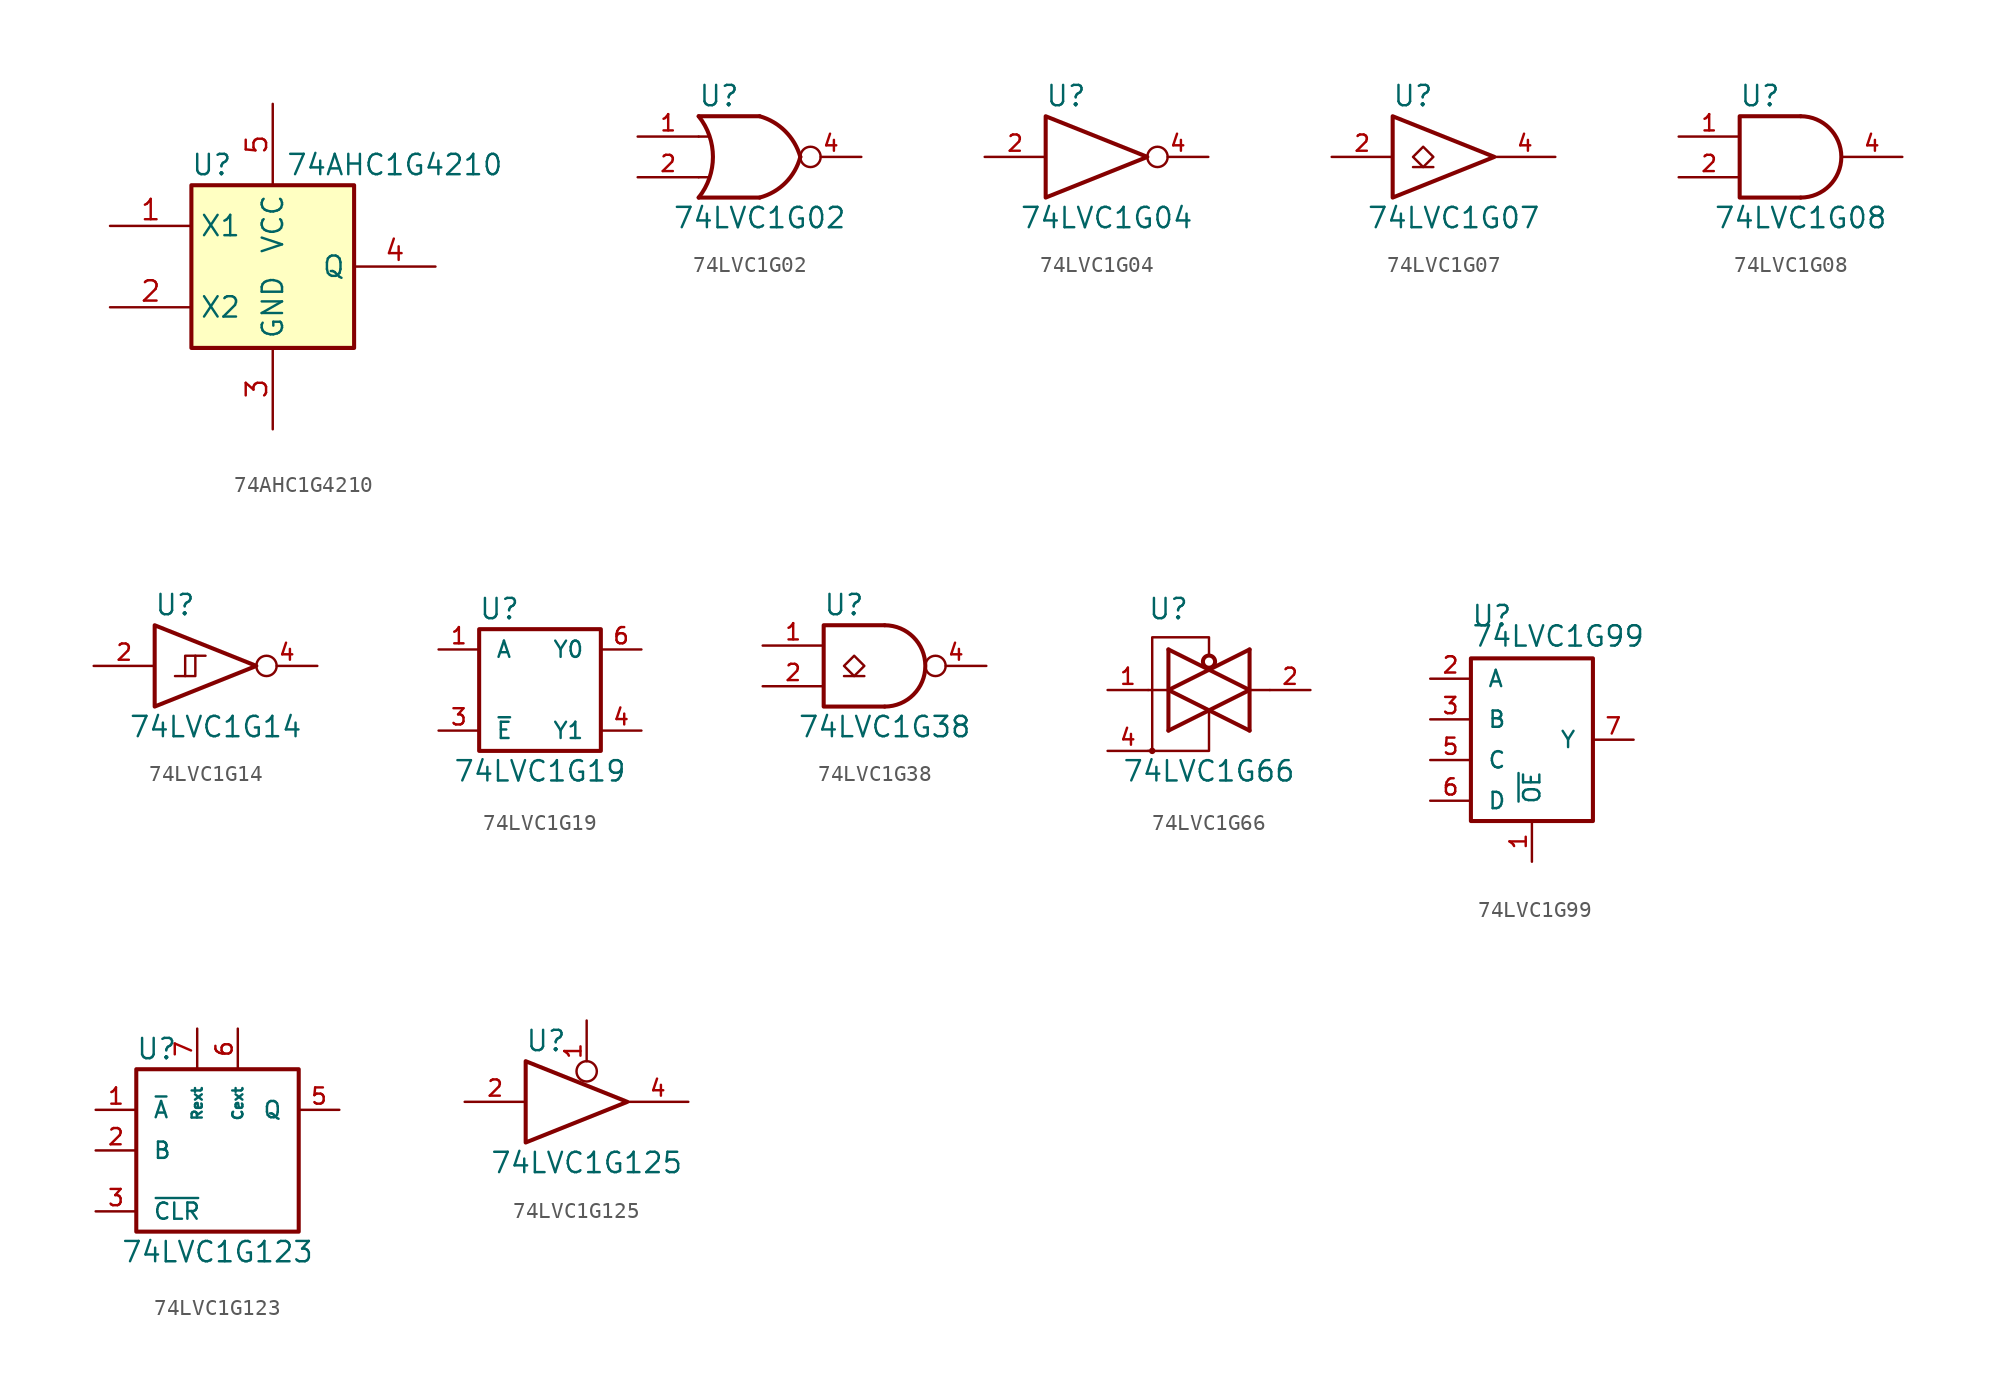
<source format=kicad_sym>
(kicad_symbol_lib
  (version 20201005)
  (generator kicad_symbol_editor)
  (symbol "74AHC1G4210"
    (property "Reference" "U"
      (at -3.81 6.35 0)
      (effects (font (size 1.27 1.27))))
    (property "Value" "74AHC1G4210"
      (at 7.62 6.35 0)
      (effects (font (size 1.27 1.27))))
    (symbol "74AHC1G4210_0_1"
      (rectangle (start -5.08 5.08) (end 5.08 -5.08) (stroke (width 0.254)) (fill (type background))))
    (symbol "74AHC1G4210_1_1"
      (pin input line (at -10.16 2.54 0) (length 5.08) (name "X1" (effects (font (size 1.27 1.27)))) (number "1" (effects (font (size 1.27 1.27)))))
      (pin input line (at -10.16 -2.54 0) (length 5.08) (name "X2" (effects (font (size 1.27 1.27)))) (number "2" (effects (font (size 1.27 1.27)))))
      (pin power_in line (at 0 -10.16 90) (length 5.08) (name "GND" (effects (font (size 1.27 1.27)))) (number "3" (effects (font (size 1.27 1.27)))))
      (pin output line (at 10.16 0 180) (length 5.08) (name "Q" (effects (font (size 1.27 1.27)))) (number "4" (effects (font (size 1.27 1.27)))))
      (pin power_in line (at 0 10.16 270) (length 5.08) (name "VCC" (effects (font (size 1.27 1.27)))) (number "5" (effects (font (size 1.27 1.27)))))))
  (symbol "74LVC1G02"
    (pin_names
      (offset 1.016))
    (property "Reference" "U"
      (at -2.54 3.81 0)
      (effects (font (size 1.27 1.27))))
    (property "Value" "74LVC1G02"
      (at 0 -3.81 0)
      (effects (font (size 1.27 1.27))))
    (symbol "74LVC1G02_0_1"
      (arc (start -3.81 2.54) (end -3.81 -2.54) (radius (at -6.985 0) (length 4.064) (angles 38.6 -38.6)) (stroke (width 0.254)) (fill (type none)))
      (arc (start 0 2.54) (end 2.54 0) (radius (at -0.9652 -0.9398) (length 3.6068) (angles 74.4 15)) (stroke (width 0.254)) (fill (type none)))
      (arc (start 0 -2.54) (end 2.54 0) (radius (at -0.9652 0.9398) (length 3.6068) (angles -74.4 -15)) (stroke (width 0.254)) (fill (type none)))
      (polyline (pts (xy -3.81 -1.27) (xy -3.175 -1.27)) (stroke (width 0)) (fill (type none)))
      (polyline (pts (xy -3.81 1.27) (xy -3.175 1.27)) (stroke (width 0)) (fill (type none)))
      (polyline (pts (xy 0 -2.54) (xy -3.81 -2.54)) (stroke (width 0.254)) (fill (type background)))
      (polyline (pts (xy 0 2.54) (xy -3.81 2.54)) (stroke (width 0.254)) (fill (type background))))
    (symbol "74LVC1G02_1_1"
      (pin input line (at -7.62 1.27 0) (length 3.81) (name "~" (effects (font (size 1.016 1.016)))) (number "1" (effects (font (size 1.016 1.016)))))
      (pin input line (at -7.62 -1.27 0) (length 3.81) (name "~" (effects (font (size 1.016 1.016)))) (number "2" (effects (font (size 1.016 1.016)))))
      (pin power_in line (at 0 -2.54 270) (length 0) hide (name "GND" (effects (font (size 1.016 1.016)))) (number "3" (effects (font (size 1.016 1.016)))))
      (pin output inverted (at 6.35 0 180) (length 3.81) (name "~" (effects (font (size 1.016 1.016)))) (number "4" (effects (font (size 1.016 1.016)))))
      (pin power_in line (at 0 2.54 90) (length 0) hide (name "VCC" (effects (font (size 1.016 1.016)))) (number "5" (effects (font (size 1.016 1.016)))))))
  (symbol "74LVC1G04"
    (pin_names
      (offset 1.016))
    (property "Reference" "U"
      (at -2.54 3.81 0)
      (effects (font (size 1.27 1.27))))
    (property "Value" "74LVC1G04"
      (at 0 -3.81 0)
      (effects (font (size 1.27 1.27))))
    (symbol "74LVC1G04_0_1"
      (polyline (pts (xy -3.81 2.54) (xy -3.81 -2.54) (xy 2.54 0) (xy -3.81 2.54)) (stroke (width 0.254)) (fill (type none))))
    (symbol "74LVC1G04_1_1"
      (pin input line (at -7.62 0 0) (length 3.81) (name "~" (effects (font (size 1.016 1.016)))) (number "2" (effects (font (size 1.016 1.016)))))
      (pin power_in line (at 0 -2.54 270) (length 0) hide (name "GND" (effects (font (size 1.016 1.016)))) (number "3" (effects (font (size 1.016 1.016)))))
      (pin output inverted (at 6.35 0 180) (length 3.81) (name "~" (effects (font (size 1.016 1.016)))) (number "4" (effects (font (size 1.016 1.016)))))
      (pin power_in line (at 0 2.54 90) (length 0) hide (name "VCC" (effects (font (size 1.016 1.016)))) (number "5" (effects (font (size 1.016 1.016)))))))
  (symbol "74LVC1G07"
    (pin_names
      (offset 1.016))
    (property "Reference" "U"
      (at -2.54 3.81 0)
      (effects (font (size 1.27 1.27))))
    (property "Value" "74LVC1G07"
      (at 0 -3.81 0)
      (effects (font (size 1.27 1.27))))
    (symbol "74LVC1G07_0_1"
      (polyline (pts (xy -2.54 -0.635) (xy -1.27 -0.635)) (stroke (width 0)) (fill (type none)))
      (polyline (pts (xy -3.81 2.54) (xy -3.81 -2.54) (xy 2.54 0) (xy -3.81 2.54)) (stroke (width 0.254)) (fill (type none)))
      (polyline (pts (xy -1.905 0.635) (xy -2.54 0) (xy -1.905 -0.635) (xy -1.27 0) (xy -1.905 0.635)) (stroke (width 0)) (fill (type none))))
    (symbol "74LVC1G07_1_1"
      (pin input line (at -7.62 0 0) (length 3.81) (name "~" (effects (font (size 1.016 1.016)))) (number "2" (effects (font (size 1.016 1.016)))))
      (pin power_in line (at 0 -2.54 270) (length 0) hide (name "GND" (effects (font (size 1.016 1.016)))) (number "3" (effects (font (size 1.016 1.016)))))
      (pin open_collector line (at 6.35 0 180) (length 3.81) (name "~" (effects (font (size 1.016 1.016)))) (number "4" (effects (font (size 1.016 1.016)))))
      (pin power_in line (at 0 2.54 90) (length 0) hide (name "VCC" (effects (font (size 1.016 1.016)))) (number "5" (effects (font (size 1.016 1.016)))))))
  (symbol "74LVC1G08"
    (pin_names
      (offset 1.016))
    (property "Reference" "U"
      (at -2.54 3.81 0)
      (effects (font (size 1.27 1.27))))
    (property "Value" "74LVC1G08"
      (at 0 -3.81 0)
      (effects (font (size 1.27 1.27))))
    (symbol "74LVC1G08_0_1"
      (arc (start 0 -2.54) (end 0 2.54) (radius (at 0 0) (length 2.54) (angles -89.9 89.9)) (stroke (width 0.254)) (fill (type none)))
      (polyline (pts (xy 0 -2.54) (xy -3.81 -2.54) (xy -3.81 2.54) (xy 0 2.54)) (stroke (width 0.254)) (fill (type none))))
    (symbol "74LVC1G08_1_1"
      (pin input line (at -7.62 1.27 0) (length 3.81) (name "~" (effects (font (size 1.016 1.016)))) (number "1" (effects (font (size 1.016 1.016)))))
      (pin input line (at -7.62 -1.27 0) (length 3.81) (name "~" (effects (font (size 1.016 1.016)))) (number "2" (effects (font (size 1.016 1.016)))))
      (pin power_in line (at 0 -2.54 270) (length 0) hide (name "GND" (effects (font (size 1.016 1.016)))) (number "3" (effects (font (size 1.016 1.016)))))
      (pin output line (at 6.35 0 180) (length 3.81) (name "~" (effects (font (size 1.016 1.016)))) (number "4" (effects (font (size 1.016 1.016)))))
      (pin power_in line (at 0 2.54 90) (length 0) hide (name "VCC" (effects (font (size 1.016 1.016)))) (number "5" (effects (font (size 1.016 1.016)))))))
  (symbol "74LVC1G14"
    (pin_names
      (offset 1.016))
    (property "Reference" "U"
      (at -2.54 3.81 0)
      (effects (font (size 1.27 1.27))))
    (property "Value" "74LVC1G14"
      (at 0 -3.81 0)
      (effects (font (size 1.27 1.27))))
    (symbol "74LVC1G14_0_1"
      (polyline (pts (xy -1.905 -0.635) (xy -1.27 -0.635) (xy -1.27 0.635)) (stroke (width 0)) (fill (type none)))
      (polyline (pts (xy -3.81 2.54) (xy -3.81 -2.54) (xy 2.54 0) (xy -3.81 2.54)) (stroke (width 0.254)) (fill (type none)))
      (polyline (pts (xy -2.54 -0.635) (xy -1.905 -0.635) (xy -1.905 0.635) (xy -0.635 0.635)) (stroke (width 0)) (fill (type none))))
    (symbol "74LVC1G14_1_1"
      (pin input line (at -7.62 0 0) (length 3.81) (name "~" (effects (font (size 1.016 1.016)))) (number "2" (effects (font (size 1.016 1.016)))))
      (pin power_in line (at 0 -2.54 270) (length 0) hide (name "GND" (effects (font (size 1.016 1.016)))) (number "3" (effects (font (size 1.016 1.016)))))
      (pin output inverted (at 6.35 0 180) (length 3.81) (name "~" (effects (font (size 1.016 1.016)))) (number "4" (effects (font (size 1.016 1.016)))))
      (pin power_in line (at 0 2.54 90) (length 0) hide (name "VCC" (effects (font (size 1.016 1.016)))) (number "5" (effects (font (size 1.016 1.016)))))))
  (symbol "74LVC1G19"
    (pin_names
      (offset 1.016))
    (property "Reference" "U"
      (at -2.54 5.08 0)
      (effects (font (size 1.27 1.27))))
    (property "Value" "74LVC1G19"
      (at 0 -5.08 0)
      (effects (font (size 1.27 1.27))))
    (symbol "74LVC1G19_0_1"
      (rectangle (start -3.81 3.81) (end 3.81 -3.81) (stroke (width 0.254)) (fill (type none))))
    (symbol "74LVC1G19_1_1"
      (pin input line (at -6.35 2.54 0) (length 2.54) (name "A" (effects (font (size 1.016 1.016)))) (number "1" (effects (font (size 1.016 1.016)))))
      (pin power_in line (at 0 -3.81 270) (length 0) hide (name "GND" (effects (font (size 1.016 1.016)))) (number "2" (effects (font (size 1.016 1.016)))))
      (pin input line (at -6.35 -2.54 0) (length 2.54) (name "~E" (effects (font (size 1.016 1.016)))) (number "3" (effects (font (size 1.016 1.016)))))
      (pin output line (at 6.35 -2.54 180) (length 2.54) (name "Y1" (effects (font (size 1.016 1.016)))) (number "4" (effects (font (size 1.016 1.016)))))
      (pin power_in line (at 0 3.81 90) (length 0) hide (name "VCC" (effects (font (size 1.016 1.016)))) (number "5" (effects (font (size 1.016 1.016)))))
      (pin output line (at 6.35 2.54 180) (length 2.54) (name "Y0" (effects (font (size 1.016 1.016)))) (number "6" (effects (font (size 1.016 1.016)))))))
  (symbol "74LVC1G38"
    (pin_names
      (offset 1.016))
    (property "Reference" "U"
      (at -2.54 3.81 0)
      (effects (font (size 1.27 1.27))))
    (property "Value" "74LVC1G38"
      (at 0 -3.81 0)
      (effects (font (size 1.27 1.27))))
    (symbol "74LVC1G38_0_1"
      (arc (start 0 -2.54) (end 0 2.54) (radius (at 0 0) (length 2.54) (angles -89.9 89.9)) (stroke (width 0.254)) (fill (type none)))
      (polyline (pts (xy -2.54 -0.635) (xy -1.27 -0.635)) (stroke (width 0)) (fill (type none)))
      (polyline (pts (xy 0 -2.54) (xy -3.81 -2.54) (xy -3.81 2.54) (xy 0 2.54)) (stroke (width 0.254)) (fill (type none)))
      (polyline (pts (xy -1.905 0.635) (xy -2.54 0) (xy -1.905 -0.635) (xy -1.27 0) (xy -1.905 0.635)) (stroke (width 0)) (fill (type none))))
    (symbol "74LVC1G38_1_1"
      (pin input line (at -7.62 1.27 0) (length 3.81) (name "~" (effects (font (size 1.016 1.016)))) (number "1" (effects (font (size 1.016 1.016)))))
      (pin input line (at -7.62 -1.27 0) (length 3.81) (name "~" (effects (font (size 1.016 1.016)))) (number "2" (effects (font (size 1.016 1.016)))))
      (pin power_in line (at 0 -2.54 270) (length 0) hide (name "GND" (effects (font (size 1.016 1.016)))) (number "3" (effects (font (size 1.016 1.016)))))
      (pin output inverted (at 6.35 0 180) (length 3.81) (name "~" (effects (font (size 1.016 1.016)))) (number "4" (effects (font (size 1.016 1.016)))))
      (pin power_in line (at 0 2.54 90) (length 0) hide (name "VCC" (effects (font (size 1.016 1.016)))) (number "5" (effects (font (size 1.016 1.016)))))))
  (symbol "74LVC1G66"
    (pin_names
      (offset 1.016))
    (property "Reference" "U"
      (at -2.54 5.08 0)
      (effects (font (size 1.27 1.27))))
    (property "Value" "74LVC1G66"
      (at 0 -5.08 0)
      (effects (font (size 1.27 1.27))))
    (symbol "74LVC1G66_0_1"
      (circle (center -3.556 -3.81) (radius 0.127) (stroke (width 0)) (fill (type none)))
      (circle (center 0 1.778) (radius 0.381) (stroke (width 0.254)) (fill (type none)))
      (polyline (pts (xy -3.81 0) (xy -2.54 0)) (stroke (width 0)) (fill (type none)))
      (polyline (pts (xy -2.54 2.54) (xy -2.54 -2.54)) (stroke (width 0.254)) (fill (type none)))
      (polyline (pts (xy 2.54 0) (xy 3.81 0)) (stroke (width 0)) (fill (type none)))
      (polyline (pts (xy 2.54 2.54) (xy 2.54 -2.54)) (stroke (width 0.254)) (fill (type none)))
      (polyline (pts (xy -3.81 -3.81) (xy 0 -3.81) (xy 0 -1.27)) (stroke (width 0)) (fill (type none)))
      (polyline (pts (xy -2.54 -2.54) (xy 2.54 0) (xy -2.54 2.54)) (stroke (width 0.254)) (fill (type none)))
      (polyline (pts (xy 2.54 2.54) (xy -2.54 0) (xy 2.54 -2.54)) (stroke (width 0.254)) (fill (type none)))
      (polyline (pts (xy 0 2.159) (xy 0 3.302) (xy -3.556 3.302) (xy -3.556 -3.81)) (stroke (width 0)) (fill (type none))))
    (symbol "74LVC1G66_1_1"
      (pin input line (at -6.35 0 0) (length 2.54) (name "~" (effects (font (size 1.016 1.016)))) (number "1" (effects (font (size 1.016 1.016)))))
      (pin tri_state line (at 6.35 0 180) (length 2.54) (name "~" (effects (font (size 1.016 1.016)))) (number "2" (effects (font (size 1.016 1.016)))))
      (pin power_in line (at 1.27 -3.81 270) (length 0) hide (name "GND" (effects (font (size 1.016 1.016)))) (number "3" (effects (font (size 1.016 1.016)))))
      (pin input line (at -6.35 -3.81 0) (length 2.54) (name "~" (effects (font (size 1.016 1.016)))) (number "4" (effects (font (size 1.016 1.016)))))
      (pin power_in line (at 1.27 3.81 90) (length 0) hide (name "VCC" (effects (font (size 1.016 1.016)))) (number "5" (effects (font (size 1.016 1.016)))))))
  (symbol "74LVC1G99"
    (pin_names
      (offset 1.016))
    (property "Reference" "U"
      (at -3.81 6.985 0)
      (effects (font (size 1.27 1.27)) (justify left bottom)))
    (property "Value" "74LVC1G99"
      (at -3.81 5.715 0)
      (effects (font (size 1.27 1.27)) (justify left bottom)))
    (symbol "74LVC1G99_0_1"
      (rectangle (start -3.81 5.08) (end 3.81 -5.08) (stroke (width 0.254)) (fill (type none))))
    (symbol "74LVC1G99_1_1"
      (pin output line (at 0 -7.62 90) (length 2.54) (name "~OE" (effects (font (size 1.016 1.016)))) (number "1" (effects (font (size 1.016 1.016)))))
      (pin input line (at -6.35 3.81 0) (length 2.54) (name "A" (effects (font (size 1.016 1.016)))) (number "2" (effects (font (size 1.016 1.016)))))
      (pin input line (at -6.35 1.27 0) (length 2.54) (name "B" (effects (font (size 1.016 1.016)))) (number "3" (effects (font (size 1.016 1.016)))))
      (pin power_in line (at 2.54 -5.08 270) (length 0) hide (name "GND" (effects (font (size 1.016 1.016)))) (number "4" (effects (font (size 1.016 1.016)))))
      (pin input line (at -6.35 -1.27 0) (length 2.54) (name "C" (effects (font (size 1.016 1.016)))) (number "5" (effects (font (size 1.016 1.016)))))
      (pin output line (at -6.35 -3.81 0) (length 2.54) (name "D" (effects (font (size 1.016 1.016)))) (number "6" (effects (font (size 1.016 1.016)))))
      (pin output line (at 6.35 0 180) (length 2.54) (name "Y" (effects (font (size 1.016 1.016)))) (number "7" (effects (font (size 1.016 1.016)))))
      (pin power_in line (at 2.54 5.08 90) (length 0) hide (name "VCC" (effects (font (size 1.016 1.016)))) (number "8" (effects (font (size 1.016 1.016)))))))
  (symbol "74LVC1G123"
    (pin_names
      (offset 1.016))
    (property "Reference" "U"
      (at -3.81 6.35 0)
      (effects (font (size 1.27 1.27))))
    (property "Value" "74LVC1G123"
      (at 0 -6.35 0)
      (effects (font (size 1.27 1.27))))
    (symbol "74LVC1G123_0_1"
      (rectangle (start -5.08 5.08) (end 5.08 -5.08) (stroke (width 0.254)) (fill (type none))))
    (symbol "74LVC1G123_1_1"
      (pin input line (at -7.62 2.54 0) (length 2.54) (name "~A" (effects (font (size 1.016 1.016)))) (number "1" (effects (font (size 1.016 1.016)))))
      (pin input line (at -7.62 0 0) (length 2.54) (name "B" (effects (font (size 1.016 1.016)))) (number "2" (effects (font (size 1.016 1.016)))))
      (pin input line (at -7.62 -3.81 0) (length 2.54) (name "~CLR" (effects (font (size 1.016 1.016)))) (number "3" (effects (font (size 1.016 1.016)))))
      (pin power_in line (at 5.08 -5.08 270) (length 0) hide (name "GND" (effects (font (size 1.016 1.016)))) (number "4" (effects (font (size 1.016 1.016)))))
      (pin output line (at 7.62 2.54 180) (length 2.54) (name "Q" (effects (font (size 1.016 1.016)))) (number "5" (effects (font (size 1.016 1.016)))))
      (pin input line (at 1.27 7.62 270) (length 2.54) (name "Cext" (effects (font (size 0.635 0.635)))) (number "6" (effects (font (size 1.016 1.016)))))
      (pin input line (at -1.27 7.62 270) (length 2.54) (name "Rext" (effects (font (size 0.635 0.635)))) (number "7" (effects (font (size 1.016 1.016)))))
      (pin power_in line (at 5.08 5.08 90) (length 0) hide (name "VCC" (effects (font (size 1.016 1.016)))) (number "8" (effects (font (size 1.016 1.016)))))))
  (symbol "74LVC1G125"
    (pin_names
      (offset 1.016))
    (property "Reference" "U"
      (at -2.54 3.81 0)
      (effects (font (size 1.27 1.27))))
    (property "Value" "74LVC1G125"
      (at 0 -3.81 0)
      (effects (font (size 1.27 1.27))))
    (symbol "74LVC1G125_0_1"
      (polyline (pts (xy -3.81 2.54) (xy -3.81 -2.54) (xy 2.54 0) (xy -3.81 2.54)) (stroke (width 0.254)) (fill (type none))))
    (symbol "74LVC1G125_1_1"
      (pin input inverted (at 0 5.08 270) (length 3.81) (name "~" (effects (font (size 1.016 1.016)))) (number "1" (effects (font (size 1.016 1.016)))))
      (pin input line (at -7.62 0 0) (length 3.81) (name "~" (effects (font (size 1.016 1.016)))) (number "2" (effects (font (size 1.016 1.016)))))
      (pin power_in line (at 1.27 -1.27 270) (length 0) hide (name "GND" (effects (font (size 1.016 1.016)))) (number "3" (effects (font (size 1.016 1.016)))))
      (pin tri_state line (at 6.35 0 180) (length 3.81) (name "~" (effects (font (size 1.016 1.016)))) (number "4" (effects (font (size 1.016 1.016)))))
      (pin power_in line (at 1.27 1.27 90) (length 0) hide (name "VCC" (effects (font (size 1.016 1.016)))) (number "5" (effects (font (size 1.016 1.016))))))))
</source>
